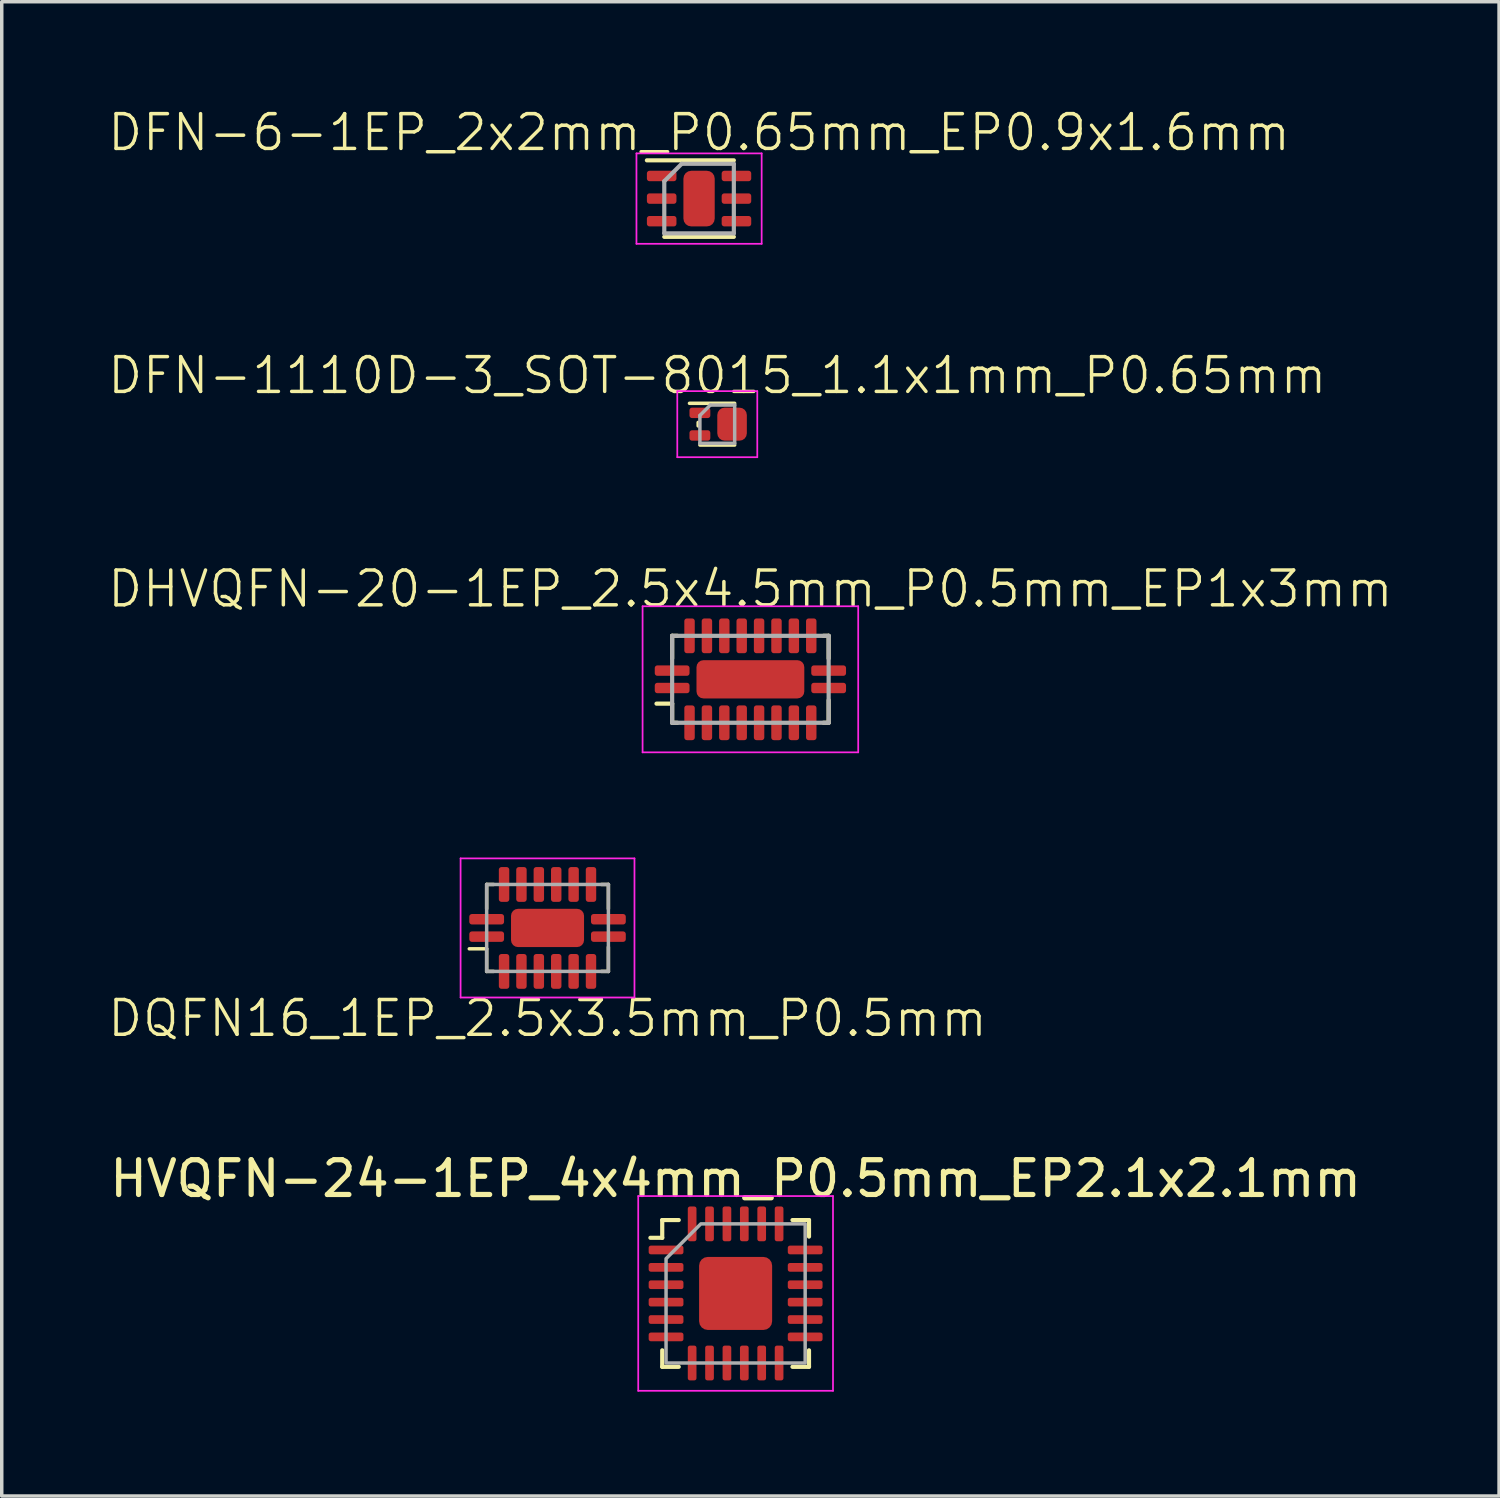
<source format=kicad_pcb>
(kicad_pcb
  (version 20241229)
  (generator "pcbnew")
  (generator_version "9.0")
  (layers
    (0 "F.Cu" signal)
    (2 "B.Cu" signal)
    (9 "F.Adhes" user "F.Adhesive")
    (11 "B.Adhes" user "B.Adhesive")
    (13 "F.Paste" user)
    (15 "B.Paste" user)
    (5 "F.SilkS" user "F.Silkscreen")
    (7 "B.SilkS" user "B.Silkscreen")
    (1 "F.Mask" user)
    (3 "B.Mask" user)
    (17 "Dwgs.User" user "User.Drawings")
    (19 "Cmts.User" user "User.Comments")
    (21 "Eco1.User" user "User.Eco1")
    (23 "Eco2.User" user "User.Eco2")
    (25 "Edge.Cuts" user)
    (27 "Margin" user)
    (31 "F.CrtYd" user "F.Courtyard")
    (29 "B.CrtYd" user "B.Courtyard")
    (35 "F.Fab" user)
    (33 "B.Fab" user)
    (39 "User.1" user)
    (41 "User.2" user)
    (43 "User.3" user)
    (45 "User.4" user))
  (footprint "DFN-6-1EP_2x2mm_P0.65mm_EP0.9x1.6mm"
    (layer "F.Cu")
    (at 17.05 2.66)
    (property "Reference" "DFN-6-1EP_2x2mm_P0.65mm_EP0.9x1.6mm" (at 0 -1.9 0) (layer "F.SilkS") (effects (font (size 1 1) (thickness 0.1))))
    (attr smd)
    (fp_line (start -1.5 -1.1) (end 1 -1.1) (stroke (width 0.12) (type solid)) (layer "F.SilkS"))
    (fp_line (start -1 1.1) (end 1 1.1) (stroke (width 0.12) (type solid)) (layer "F.SilkS"))
    (fp_line (start -1.8 -1.3) (end -1.8 1.3) (stroke (width 0.05) (type solid)) (layer "F.CrtYd"))
    (fp_line (start -1.8 -1.3) (end 1.8 -1.3) (stroke (width 0.05) (type solid)) (layer "F.CrtYd"))
    (fp_line (start -1.8 1.3) (end 1.8 1.3) (stroke (width 0.05) (type solid)) (layer "F.CrtYd"))
    (fp_line (start 1.8 -1.3) (end 1.8 1.3) (stroke (width 0.05) (type solid)) (layer "F.CrtYd"))
    (fp_line (start -1 -0.5) (end -0.5 -1) (stroke (width 0.12) (type solid)) (layer "F.Fab"))
    (fp_line (start -1 1) (end -1 -0.5) (stroke (width 0.12) (type solid)) (layer "F.Fab"))
    (fp_line (start -0.5 -1) (end 1 -1) (stroke (width 0.12) (type solid)) (layer "F.Fab"))
    (fp_line (start 1 -1) (end 1 1) (stroke (width 0.12) (type solid)) (layer "F.Fab"))
    (fp_line (start 1 1) (end -1 1) (stroke (width 0.12) (type solid)) (layer "F.Fab"))
    (pad "" smd roundrect (at 0 -0.4) (size 0.7 0.6) (layers "F.Paste") (roundrect_rratio 0.25))
    (pad "" smd roundrect (at 0 0.4) (size 0.7 0.6) (layers "F.Paste") (roundrect_rratio 0.25))
    (pad "1" smd roundrect (at -1.075 -0.65) (size 0.85 0.3) (layers "F.Cu" "F.Mask" "F.Paste") (roundrect_rratio 0.25))
    (pad "2" smd roundrect (at -1.075 0) (size 0.85 0.3) (layers "F.Cu" "F.Mask" "F.Paste") (roundrect_rratio 0.25))
    (pad "3" smd roundrect (at -1.075 0.65) (size 0.85 0.3) (layers "F.Cu" "F.Mask" "F.Paste") (roundrect_rratio 0.25))
    (pad "4" smd roundrect (at 1.075 0.65) (size 0.85 0.3) (layers "F.Cu" "F.Mask" "F.Paste") (roundrect_rratio 0.25))
    (pad "5" smd roundrect (at 1.075 0) (size 0.85 0.3) (layers "F.Cu" "F.Mask" "F.Paste") (roundrect_rratio 0.25))
    (pad "6" smd roundrect (at 1.075 -0.65) (size 0.85 0.3) (layers "F.Cu" "F.Mask" "F.Paste") (roundrect_rratio 0.25))
    (pad "7" smd roundrect (at 0 0) (size 0.9 1.6) (layers "F.Cu" "F.Mask") (roundrect_rratio 0.25)))
  (footprint "HVQFN-24-1EP_4x4mm_P0.5mm_EP2.1x2.1mm"
    (layer "F.Cu")
    (at 18.101 34.14)
    (property "Reference" "HVQFN-24-1EP_4x4mm_P0.5mm_EP2.1x2.1mm" (at 0 -3.3 0) (layer "F.SilkS") (effects (font (size 1 1) (thickness 0.15))))
    (attr smd)
    (fp_line (start -2.11 -1.6) (end -2.45 -1.6) (stroke (width 0.12) (type solid)) (layer "F.SilkS"))
    (fp_line (start -2.11 -1.6) (end -2.11 -2.11) (stroke (width 0.12) (type solid)) (layer "F.SilkS"))
    (fp_line (start -2.11 2.11) (end -2.11 1.635) (stroke (width 0.12) (type solid)) (layer "F.SilkS"))
    (fp_line (start -1.635 -2.11) (end -2.11 -2.11) (stroke (width 0.12) (type solid)) (layer "F.SilkS"))
    (fp_line (start -1.635 2.11) (end -2.11 2.11) (stroke (width 0.12) (type solid)) (layer "F.SilkS"))
    (fp_line (start 1.635 -2.11) (end 2.11 -2.11) (stroke (width 0.12) (type solid)) (layer "F.SilkS"))
    (fp_line (start 1.635 2.11) (end 2.11 2.11) (stroke (width 0.12) (type solid)) (layer "F.SilkS"))
    (fp_line (start 2.11 -2.11) (end 2.11 -1.635) (stroke (width 0.12) (type solid)) (layer "F.SilkS"))
    (fp_line (start 2.11 2.11) (end 2.11 1.635) (stroke (width 0.12) (type solid)) (layer "F.SilkS"))
    (fp_line (start -2.8 -2.8) (end 2.8 -2.8) (stroke (width 0.05) (type solid)) (layer "F.CrtYd"))
    (fp_line (start -2.8 2.8) (end -2.8 -2.8) (stroke (width 0.05) (type solid)) (layer "F.CrtYd"))
    (fp_line (start 2.8 -2.8) (end 2.8 2.8) (stroke (width 0.05) (type solid)) (layer "F.CrtYd"))
    (fp_line (start 2.8 2.8) (end -2.8 2.8) (stroke (width 0.05) (type solid)) (layer "F.CrtYd"))
    (fp_poly (pts (xy -2 -1) (xy -2 2) (xy 2 2) (xy 2 -2) (xy -1 -2)) (stroke (width 0.1) (type solid)) (fill no) (layer "F.Fab"))
    (pad "" smd roundrect (at -0.7 -0.7) (size 0.56 0.56) (layers "F.Paste") (roundrect_rratio 0.25))
    (pad "" smd roundrect (at -0.7 0) (size 0.56 0.56) (layers "F.Paste") (roundrect_rratio 0.25))
    (pad "" smd roundrect (at -0.7 0.7) (size 0.56 0.56) (layers "F.Paste") (roundrect_rratio 0.25))
    (pad "" smd roundrect (at 0 -0.7) (size 0.56 0.56) (layers "F.Paste") (roundrect_rratio 0.25))
    (pad "" smd roundrect (at 0 0) (size 0.56 0.56) (layers "F.Paste") (roundrect_rratio 0.25))
    (pad "" smd roundrect (at 0 0.7) (size 0.56 0.56) (layers "F.Paste") (roundrect_rratio 0.25))
    (pad "" smd roundrect (at 0.7 -0.7) (size 0.56 0.56) (layers "F.Paste") (roundrect_rratio 0.25))
    (pad "" smd roundrect (at 0.7 0) (size 0.56 0.56) (layers "F.Paste") (roundrect_rratio 0.25))
    (pad "" smd roundrect (at 0.7 0.7) (size 0.56 0.56) (layers "F.Paste") (roundrect_rratio 0.25))
    (pad "1" smd roundrect (at -2 -1.25) (size 1 0.25) (layers "F.Cu" "F.Mask" "F.Paste") (roundrect_rratio 0.25))
    (pad "2" smd roundrect (at -2 -0.75) (size 1 0.25) (layers "F.Cu" "F.Mask" "F.Paste") (roundrect_rratio 0.25))
    (pad "3" smd roundrect (at -2 -0.25) (size 1 0.25) (layers "F.Cu" "F.Mask" "F.Paste") (roundrect_rratio 0.25))
    (pad "4" smd roundrect (at -2 0.25) (size 1 0.25) (layers "F.Cu" "F.Mask" "F.Paste") (roundrect_rratio 0.25))
    (pad "5" smd roundrect (at -2 0.75) (size 1 0.25) (layers "F.Cu" "F.Mask" "F.Paste") (roundrect_rratio 0.25))
    (pad "6" smd roundrect (at -2 1.25) (size 1 0.25) (layers "F.Cu" "F.Mask" "F.Paste") (roundrect_rratio 0.25))
    (pad "7" smd roundrect (at -1.25 2 90) (size 1 0.25) (layers "F.Cu" "F.Mask" "F.Paste") (roundrect_rratio 0.25))
    (pad "8" smd roundrect (at -0.75 2 90) (size 1 0.25) (layers "F.Cu" "F.Mask" "F.Paste") (roundrect_rratio 0.25))
    (pad "9" smd roundrect (at -0.25 2 90) (size 1 0.25) (layers "F.Cu" "F.Mask" "F.Paste") (roundrect_rratio 0.25))
    (pad "10" smd roundrect (at 0.25 2 90) (size 1 0.25) (layers "F.Cu" "F.Mask" "F.Paste") (roundrect_rratio 0.25))
    (pad "11" smd roundrect (at 0.75 2 90) (size 1 0.25) (layers "F.Cu" "F.Mask" "F.Paste") (roundrect_rratio 0.25))
    (pad "12" smd roundrect (at 1.25 2 90) (size 1 0.25) (layers "F.Cu" "F.Mask" "F.Paste") (roundrect_rratio 0.25))
    (pad "13" smd roundrect (at 2 1.25) (size 1 0.25) (layers "F.Cu" "F.Mask" "F.Paste") (roundrect_rratio 0.25))
    (pad "14" smd roundrect (at 2 0.75) (size 1 0.25) (layers "F.Cu" "F.Mask" "F.Paste") (roundrect_rratio 0.25))
    (pad "15" smd roundrect (at 2 0.25) (size 1 0.25) (layers "F.Cu" "F.Mask" "F.Paste") (roundrect_rratio 0.25))
    (pad "16" smd roundrect (at 2 -0.25) (size 1 0.25) (layers "F.Cu" "F.Mask" "F.Paste") (roundrect_rratio 0.25))
    (pad "17" smd roundrect (at 2 -0.75) (size 1 0.25) (layers "F.Cu" "F.Mask" "F.Paste") (roundrect_rratio 0.25))
    (pad "18" smd roundrect (at 2 -1.25) (size 1 0.25) (layers "F.Cu" "F.Mask" "F.Paste") (roundrect_rratio 0.25))
    (pad "19" smd roundrect (at 1.25 -2 90) (size 1 0.25) (layers "F.Cu" "F.Mask" "F.Paste") (roundrect_rratio 0.25))
    (pad "20" smd roundrect (at 0.75 -2 90) (size 1 0.25) (layers "F.Cu" "F.Mask" "F.Paste") (roundrect_rratio 0.25))
    (pad "21" smd roundrect (at 0.25 -2 90) (size 1 0.25) (layers "F.Cu" "F.Mask" "F.Paste") (roundrect_rratio 0.25))
    (pad "22" smd roundrect (at -0.25 -2 90) (size 1 0.25) (layers "F.Cu" "F.Mask" "F.Paste") (roundrect_rratio 0.25))
    (pad "23" smd roundrect (at -0.75 -2 90) (size 1 0.25) (layers "F.Cu" "F.Mask" "F.Paste") (roundrect_rratio 0.25))
    (pad "24" smd roundrect (at -1.25 -2 90) (size 1 0.25) (layers "F.Cu" "F.Mask" "F.Paste") (roundrect_rratio 0.25))
    (pad "25" smd roundrect (at 0 0) (size 2.1 2.1) (property pad_prop_heatsink) (layers "F.Cu" "F.Mask") (roundrect_rratio 0.119)))
  (footprint "DQFN16_1EP_2.5x3.5mm_P0.5mm"
    (layer "F.Cu")
    (at 12.693 23.631)
    (property "Reference" "DQFN16_1EP_2.5x3.5mm_P0.5mm" (at 0 2.6 0) (layer "F.SilkS") (effects (font (size 1 1) (thickness 0.1))))
    (attr smd)
    (fp_line (start -1.75 -1.25) (end -1.75 -0.55) (stroke (width 0.1) (type solid)) (layer "F.SilkS"))
    (fp_line (start -1.75 0.6) (end -2.25 0.6) (stroke (width 0.1) (type solid)) (layer "F.SilkS"))
    (fp_line (start -1.75 1.25) (end -1.75 0.6) (stroke (width 0.1) (type solid)) (layer "F.SilkS"))
    (fp_line (start -1.55 -1.25) (end -1.75 -1.25) (stroke (width 0.1) (type solid)) (layer "F.SilkS"))
    (fp_line (start -1.55 1.25) (end -1.75 1.25) (stroke (width 0.1) (type solid)) (layer "F.SilkS"))
    (fp_line (start 1.55 -1.25) (end 1.75 -1.25) (stroke (width 0.1) (type solid)) (layer "F.SilkS"))
    (fp_line (start 1.55 1.25) (end 1.75 1.25) (stroke (width 0.1) (type solid)) (layer "F.SilkS"))
    (fp_line (start 1.75 -0.55) (end 1.75 -1.25) (stroke (width 0.1) (type solid)) (layer "F.SilkS"))
    (fp_line (start 1.75 0.55) (end 1.75 1.25) (stroke (width 0.1) (type solid)) (layer "F.SilkS"))
    (fp_line (start -2.5 -2) (end -2.5 2) (stroke (width 0.05) (type solid)) (layer "F.CrtYd"))
    (fp_line (start -2.5 2) (end 2.5 2) (stroke (width 0.05) (type solid)) (layer "F.CrtYd"))
    (fp_line (start 2.5 -2) (end -2.5 -2) (stroke (width 0.05) (type solid)) (layer "F.CrtYd"))
    (fp_line (start 2.5 2) (end 2.5 -2) (stroke (width 0.05) (type solid)) (layer "F.CrtYd"))
    (fp_line (start -1.75 -1.25) (end -1.75 1.25) (stroke (width 0.1) (type solid)) (layer "F.Fab"))
    (fp_line (start -1.75 1.25) (end 1.75 1.25) (stroke (width 0.1) (type solid)) (layer "F.Fab"))
    (fp_line (start 1.75 -1.25) (end -1.75 -1.25) (stroke (width 0.1) (type solid)) (layer "F.Fab"))
    (fp_line (start 1.75 1.25) (end 1.75 -1.25) (stroke (width 0.1) (type solid)) (layer "F.Fab"))
    (pad "1" smd roundrect (at -1.75 0.25 90) (size 0.3 1) (layers "F.Cu" "F.Mask" "F.Paste") (roundrect_rratio 0.25))
    (pad "2" smd roundrect (at -1.25 1.25 180) (size 0.3 1) (layers "F.Cu" "F.Mask" "F.Paste") (roundrect_rratio 0.25))
    (pad "3" smd roundrect (at -0.75 1.25 180) (size 0.3 1) (layers "F.Cu" "F.Mask" "F.Paste") (roundrect_rratio 0.25))
    (pad "4" smd roundrect (at -0.25 1.25 180) (size 0.3 1) (layers "F.Cu" "F.Mask" "F.Paste") (roundrect_rratio 0.25))
    (pad "5" smd roundrect (at 0.25 1.25 180) (size 0.3 1) (layers "F.Cu" "F.Mask" "F.Paste") (roundrect_rratio 0.25))
    (pad "6" smd roundrect (at 0.75 1.25 180) (size 0.3 1) (layers "F.Cu" "F.Mask" "F.Paste") (roundrect_rratio 0.25))
    (pad "7" smd roundrect (at 1.25 1.25 180) (size 0.3 1) (layers "F.Cu" "F.Mask" "F.Paste") (roundrect_rratio 0.25))
    (pad "8" smd roundrect (at 1.75 0.25 270) (size 0.3 1) (layers "F.Cu" "F.Mask" "F.Paste") (roundrect_rratio 0.25))
    (pad "9" smd roundrect (at 1.75 -0.25 270) (size 0.3 1) (layers "F.Cu" "F.Mask" "F.Paste") (roundrect_rratio 0.25))
    (pad "10" smd roundrect (at 1.25 -1.25) (size 0.3 1) (layers "F.Cu" "F.Mask" "F.Paste") (roundrect_rratio 0.25))
    (pad "11" smd roundrect (at 0.75 -1.25) (size 0.3 1) (layers "F.Cu" "F.Mask" "F.Paste") (roundrect_rratio 0.25))
    (pad "12" smd roundrect (at 0.25 -1.25) (size 0.3 1) (layers "F.Cu" "F.Mask" "F.Paste") (roundrect_rratio 0.25))
    (pad "13" smd roundrect (at -0.25 -1.25) (size 0.3 1) (layers "F.Cu" "F.Mask" "F.Paste") (roundrect_rratio 0.25))
    (pad "14" smd roundrect (at -0.75 -1.25) (size 0.3 1) (layers "F.Cu" "F.Mask" "F.Paste") (roundrect_rratio 0.25))
    (pad "15" smd roundrect (at -1.25 -1.25) (size 0.3 1) (layers "F.Cu" "F.Mask" "F.Paste") (roundrect_rratio 0.25))
    (pad "16" smd roundrect (at -1.75 -0.25 90) (size 0.3 1) (layers "F.Cu" "F.Mask" "F.Paste") (roundrect_rratio 0.25))
    (pad "17" smd roundrect (at 0 0) (size 2.1 1.1) (layers "F.Cu" "F.Mask" "F.Paste") (roundrect_rratio 0.182)))
  (footprint "DHVQFN-20-1EP_2.5x4.5mm_P0.5mm_EP1x3mm"
    (layer "F.Cu")
    (at 18.526 16.482)
    (property "Reference" "DHVQFN-20-1EP_2.5x4.5mm_P0.5mm_EP1x3mm" (at 0 -2.6 0) (layer "F.SilkS") (effects (font (size 1 1) (thickness 0.1))))
    (attr smd)
    (fp_line (start -2.25 -1.25) (end -2.25 -0.6) (stroke (width 0.12) (type solid)) (layer "F.SilkS"))
    (fp_line (start -2.25 0.7) (end -2.7 0.7) (stroke (width 0.12) (type solid)) (layer "F.SilkS"))
    (fp_line (start -2.25 1.25) (end -2.25 0.7) (stroke (width 0.12) (type solid)) (layer "F.SilkS"))
    (fp_line (start -2.1 -1.25) (end -2.25 -1.25) (stroke (width 0.12) (type solid)) (layer "F.SilkS"))
    (fp_line (start -2.1 1.25) (end -2.25 1.25) (stroke (width 0.12) (type solid)) (layer "F.SilkS"))
    (fp_line (start 2.1 -1.25) (end 2.25 -1.25) (stroke (width 0.12) (type solid)) (layer "F.SilkS"))
    (fp_line (start 2.1 1.25) (end 2.25 1.25) (stroke (width 0.12) (type solid)) (layer "F.SilkS"))
    (fp_line (start 2.25 -1.25) (end 2.25 -0.6) (stroke (width 0.12) (type solid)) (layer "F.SilkS"))
    (fp_line (start 2.25 1.25) (end 2.25 0.6) (stroke (width 0.12) (type solid)) (layer "F.SilkS"))
    (fp_line (start -3.1 -2.1) (end 3.1 -2.1) (stroke (width 0.05) (type default)) (layer "F.CrtYd"))
    (fp_line (start -3.1 2.1) (end -3.1 -2.1) (stroke (width 0.05) (type default)) (layer "F.CrtYd"))
    (fp_line (start 3.1 -2.1) (end 3.1 2.1) (stroke (width 0.05) (type default)) (layer "F.CrtYd"))
    (fp_line (start 3.1 2.1) (end -3.1 2.1) (stroke (width 0.05) (type default)) (layer "F.CrtYd"))
    (fp_line (start -2.25 -1.25) (end 2.25 -1.25) (stroke (width 0.12) (type solid)) (layer "F.Fab"))
    (fp_line (start -2.25 1.25) (end -2.25 -1.25) (stroke (width 0.12) (type solid)) (layer "F.Fab"))
    (fp_line (start 2.25 -1.25) (end 2.25 1.25) (stroke (width 0.12) (type solid)) (layer "F.Fab"))
    (fp_line (start 2.25 1.25) (end -2.25 1.25) (stroke (width 0.12) (type solid)) (layer "F.Fab"))
    (pad "1" smd roundrect (at -2.25 0.25) (size 1 0.3) (layers "F.Cu" "F.Mask" "F.Paste") (roundrect_rratio 0.25))
    (pad "2" smd roundrect (at -1.75 1.25 90) (size 1 0.3) (layers "F.Cu" "F.Mask" "F.Paste") (roundrect_rratio 0.25))
    (pad "3" smd roundrect (at -1.25 1.25 90) (size 1 0.3) (layers "F.Cu" "F.Mask" "F.Paste") (roundrect_rratio 0.25))
    (pad "4" smd roundrect (at -0.75 1.25 90) (size 1 0.3) (layers "F.Cu" "F.Mask" "F.Paste") (roundrect_rratio 0.25))
    (pad "5" smd roundrect (at -0.25 1.25 90) (size 1 0.3) (layers "F.Cu" "F.Mask" "F.Paste") (roundrect_rratio 0.25))
    (pad "6" smd roundrect (at 0.25 1.25 90) (size 1 0.3) (layers "F.Cu" "F.Mask" "F.Paste") (roundrect_rratio 0.25))
    (pad "7" smd roundrect (at 0.75 1.25 90) (size 1 0.3) (layers "F.Cu" "F.Mask" "F.Paste") (roundrect_rratio 0.25))
    (pad "8" smd roundrect (at 1.25 1.25 90) (size 1 0.3) (layers "F.Cu" "F.Mask" "F.Paste") (roundrect_rratio 0.25))
    (pad "9" smd roundrect (at 1.75 1.25 90) (size 1 0.3) (layers "F.Cu" "F.Mask" "F.Paste") (roundrect_rratio 0.25))
    (pad "10" smd roundrect (at 2.25 0.25) (size 1 0.3) (layers "F.Cu" "F.Mask" "F.Paste") (roundrect_rratio 0.25))
    (pad "11" smd roundrect (at 2.25 -0.25) (size 1 0.3) (layers "F.Cu" "F.Mask" "F.Paste") (roundrect_rratio 0.25))
    (pad "12" smd roundrect (at 1.75 -1.25 90) (size 1 0.3) (layers "F.Cu" "F.Mask" "F.Paste") (roundrect_rratio 0.25))
    (pad "13" smd roundrect (at 1.25 -1.25 90) (size 1 0.3) (layers "F.Cu" "F.Mask" "F.Paste") (roundrect_rratio 0.25))
    (pad "14" smd roundrect (at 0.75 -1.25 90) (size 1 0.3) (layers "F.Cu" "F.Mask" "F.Paste") (roundrect_rratio 0.25))
    (pad "15" smd roundrect (at 0.25 -1.25 90) (size 1 0.3) (layers "F.Cu" "F.Mask" "F.Paste") (roundrect_rratio 0.25))
    (pad "16" smd roundrect (at -0.25 -1.25 90) (size 1 0.3) (layers "F.Cu" "F.Mask" "F.Paste") (roundrect_rratio 0.25))
    (pad "17" smd roundrect (at -0.75 -1.25 90) (size 1 0.3) (layers "F.Cu" "F.Mask" "F.Paste") (roundrect_rratio 0.25))
    (pad "18" smd roundrect (at -1.25 -1.25 90) (size 1 0.3) (layers "F.Cu" "F.Mask" "F.Paste") (roundrect_rratio 0.25))
    (pad "19" smd roundrect (at -1.75 -1.25 90) (size 1 0.3) (layers "F.Cu" "F.Mask" "F.Paste") (roundrect_rratio 0.25))
    (pad "20" smd roundrect (at -2.25 -0.25) (size 1 0.3) (layers "F.Cu" "F.Mask" "F.Paste") (roundrect_rratio 0.25))
    (pad "21" smd roundrect (at 0 0) (size 3.1 1.1) (layers "F.Cu" "F.Mask" "F.Paste") (roundrect_rratio 0.182)))
  (footprint "DFN-1110D-3_SOT-8015_1.1x1mm_P0.65mm"
    (layer "F.Cu")
    (at 17.574 9.146)
    (property "Reference" "DFN-1110D-3_SOT-8015_1.1x1mm_P0.65mm" (at 0 -1.4 0) (unlocked yes) (layer "F.SilkS") (effects (font (size 1 1) (thickness 0.1))))
    (attr smd)
    (fp_line (start -0.55 0.05) (end -0.55 -0.05) (stroke (width 0.1) (type default)) (layer "F.SilkS"))
    (fp_line (start -0.5 0.6) (end 0.5 0.6) (stroke (width 0.1) (type default)) (layer "F.SilkS"))
    (fp_line (start 0.5 -0.6) (end -0.8 -0.6) (stroke (width 0.1) (type default)) (layer "F.SilkS"))
    (fp_line (start -1.15 -0.95) (end 1.15 -0.95) (stroke (width 0.05) (type default)) (layer "F.CrtYd"))
    (fp_line (start -1.15 0.95) (end -1.15 -0.95) (stroke (width 0.05) (type default)) (layer "F.CrtYd"))
    (fp_line (start 1.15 -0.95) (end 1.15 0.95) (stroke (width 0.05) (type default)) (layer "F.CrtYd"))
    (fp_line (start 1.15 0.95) (end -1.15 0.95) (stroke (width 0.05) (type default)) (layer "F.CrtYd"))
    (fp_line (start -0.5 -0.25) (end -0.2 -0.55) (stroke (width 0.1) (type default)) (layer "F.Fab"))
    (fp_line (start -0.5 0.55) (end -0.5 -0.25) (stroke (width 0.1) (type default)) (layer "F.Fab"))
    (fp_line (start -0.2 -0.55) (end 0.5 -0.55) (stroke (width 0.1) (type default)) (layer "F.Fab"))
    (fp_line (start 0.5 -0.55) (end 0.5 0.55) (stroke (width 0.1) (type default)) (layer "F.Fab"))
    (fp_line (start 0.5 0.55) (end -0.5 0.55) (stroke (width 0.1) (type default)) (layer "F.Fab"))
    (pad "1" smd roundrect (at -0.5 -0.325) (size 0.6 0.3) (layers "F.Cu" "F.Mask" "F.Paste") (roundrect_rratio 0.25))
    (pad "2" smd roundrect (at -0.5 0.325) (size 0.6 0.3) (layers "F.Cu" "F.Mask" "F.Paste") (roundrect_rratio 0.25))
    (pad "3" smd roundrect (at 0.425 0) (size 0.85 0.95) (layers "F.Cu" "F.Mask" "F.Paste") (roundrect_rratio 0.25)))
  (gr_rect
    (start -3 -3)
    (end 40.052 39.965)
    (stroke (width 0.1) (type default))
    (fill no)
    (layer "Edge.Cuts")))
</source>
